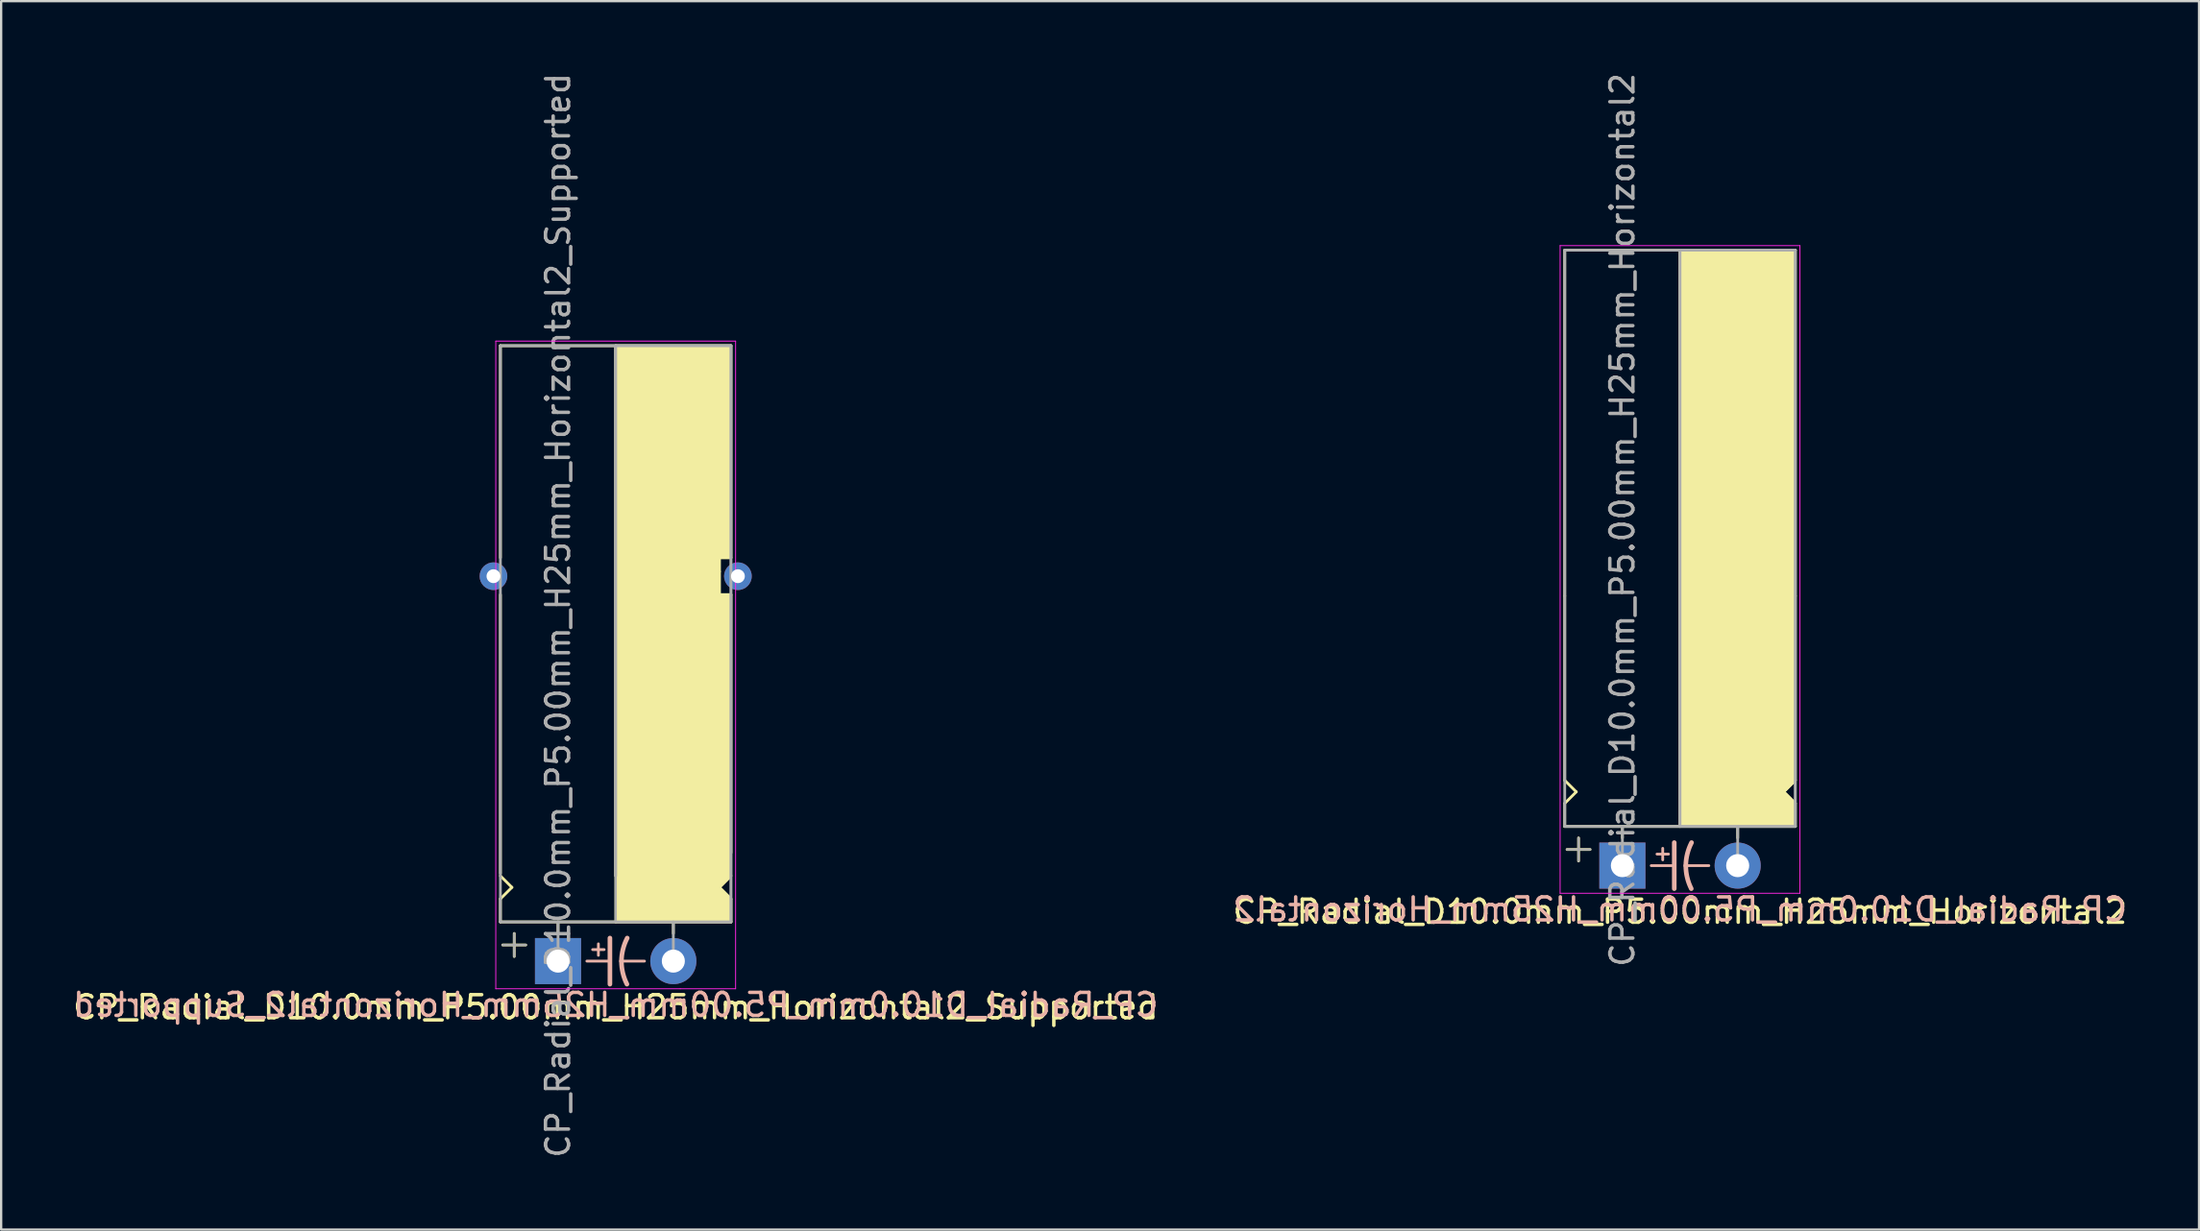
<source format=kicad_pcb>
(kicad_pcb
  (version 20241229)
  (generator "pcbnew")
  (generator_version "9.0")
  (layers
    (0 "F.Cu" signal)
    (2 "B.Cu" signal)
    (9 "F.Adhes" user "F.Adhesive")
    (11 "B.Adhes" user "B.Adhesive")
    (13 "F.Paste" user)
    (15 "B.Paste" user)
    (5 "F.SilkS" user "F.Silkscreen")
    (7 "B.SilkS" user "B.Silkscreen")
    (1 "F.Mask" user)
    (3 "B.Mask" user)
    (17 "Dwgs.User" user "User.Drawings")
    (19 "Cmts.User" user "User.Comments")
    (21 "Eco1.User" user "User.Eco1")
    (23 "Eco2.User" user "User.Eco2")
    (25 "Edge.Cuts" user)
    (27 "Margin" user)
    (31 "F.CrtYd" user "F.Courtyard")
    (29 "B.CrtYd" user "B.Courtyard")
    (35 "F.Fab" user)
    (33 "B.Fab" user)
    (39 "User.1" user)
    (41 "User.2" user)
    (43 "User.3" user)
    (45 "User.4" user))
  (footprint "CP_Radial_D10.0mm_P5.00mm_H25mm_Horizontal2"
    (layer "F.Cu")
    (at 67.304 34.506)
    (property "Reference" "CP_Radial_D10.0mm_P5.00mm_H25mm_Horizontal2" (at 2.5 2 0) (layer "F.SilkS") (effects (font (size 1 1) (thickness 0.15))))
    (fp_line (start -2.5 -26.7) (end 7.5 -26.7) (stroke (width 0.12) (type solid)) (layer "F.SilkS"))
    (fp_line (start -2.5 -11.7) (end -2.5 -26.7) (stroke (width 0.12) (type solid)) (layer "F.SilkS"))
    (fp_line (start -2.5 -3.7) (end -2.5 -11.7) (stroke (width 0.12) (type solid)) (layer "F.SilkS"))
    (fp_line (start -2.5 -2.7) (end -2 -3.2) (stroke (width 0.12) (type solid)) (layer "F.SilkS"))
    (fp_line (start -2.5 -1.7) (end -2.5 -2.7) (stroke (width 0.12) (type solid)) (layer "F.SilkS"))
    (fp_line (start -2 -3.2) (end -2.5 -3.7) (stroke (width 0.12) (type solid)) (layer "F.SilkS"))
    (fp_line (start -1.9 -1.2) (end -1.9 -0.2) (stroke (width 0.12) (type solid)) (layer "F.SilkS"))
    (fp_line (start -1.4 -0.7) (end -2.4 -0.7) (stroke (width 0.12) (type solid)) (layer "F.SilkS"))
    (fp_line (start 0 -1.7) (end 0 -1.2) (stroke (width 0.12) (type solid)) (layer "F.SilkS"))
    (fp_line (start 2.5 -26.7) (end 2.5 -1.7) (stroke (width 0.12) (type solid)) (layer "F.SilkS"))
    (fp_line (start 2.5 -1.7) (end -2.5 -1.7) (stroke (width 0.12) (type solid)) (layer "F.SilkS"))
    (fp_line (start 5 -1.7) (end 5 -1.2) (stroke (width 0.12) (type solid)) (layer "F.SilkS"))
    (fp_line (start 7 -3.2) (end 7.5 -3.7) (stroke (width 0.12) (type solid)) (layer "F.SilkS"))
    (fp_line (start 7.5 -11.7) (end 7.5 -26.7) (stroke (width 0.12) (type solid)) (layer "F.SilkS"))
    (fp_line (start 7.5 -3.7) (end 7.5 -11.7) (stroke (width 0.12) (type solid)) (layer "F.SilkS"))
    (fp_line (start 7.5 -2.7) (end 7 -3.2) (stroke (width 0.12) (type solid)) (layer "F.SilkS"))
    (fp_line (start 7.5 -1.7) (end 2.5 -1.7) (stroke (width 0.12) (type solid)) (layer "F.SilkS"))
    (fp_line (start 7.5 -1.7) (end 7.5 -2.7) (stroke (width 0.12) (type solid)) (layer "F.SilkS"))
    (fp_poly (pts (xy 7.5 -2.7) (xy 7 -3.2) (xy 7.5 -3.7) (xy 7.5 -26.7) (xy 2.5 -26.7) (xy 2.5 -1.7) (xy 7.5 -1.7)) (stroke (width 0.1) (type solid)) (fill yes) (layer "F.SilkS"))
    (fp_line (start 1.25 0) (end 2.25 0) (stroke (width 0.12) (type solid)) (layer "B.SilkS"))
    (fp_line (start 1.5 -0.5) (end 2 -0.5) (stroke (width 0.12) (type solid)) (layer "B.SilkS"))
    (fp_line (start 1.75 -0.75) (end 1.75 -0.25) (stroke (width 0.12) (type solid)) (layer "B.SilkS"))
    (fp_line (start 2.25 1) (end 2.25 -1) (stroke (width 0.2) (type solid)) (layer "B.SilkS"))
    (fp_line (start 3.75 0) (end 2.75 0) (stroke (width 0.12) (type solid)) (layer "B.SilkS"))
    (fp_arc (start 2.75 0) (mid 2.816707 -0.514573) (end 3 -1) (stroke (width 0.2) (type solid)) (layer "B.SilkS"))
    (fp_arc (start 2.987539 1) (mid 2.810248 0.513901) (end 2.75 0) (stroke (width 0.2) (type solid)) (layer "B.SilkS"))
    (fp_line (start -2.7 -26.9) (end -2.7 1.2) (stroke (width 0.04) (type solid)) (layer "F.CrtYd"))
    (fp_line (start -2.7 1.2) (end 5.3 1.2) (stroke (width 0.04) (type solid)) (layer "F.CrtYd"))
    (fp_line (start 5.3 1.2) (end 7.7 1.2) (stroke (width 0.04) (type solid)) (layer "F.CrtYd"))
    (fp_line (start 7.7 -26.9) (end -2.7 -26.9) (stroke (width 0.04) (type solid)) (layer "F.CrtYd"))
    (fp_line (start 7.7 1.2) (end 7.7 -26.9) (stroke (width 0.04) (type solid)) (layer "F.CrtYd"))
    (fp_line (start -2.5 -26.7) (end 7.5 -26.7) (stroke (width 0.12) (type solid)) (layer "F.Fab"))
    (fp_line (start -2.5 -1.7) (end -2.5 -26.7) (stroke (width 0.12) (type solid)) (layer "F.Fab"))
    (fp_line (start -2.4 -0.7) (end -1.4 -0.7) (stroke (width 0.1) (type solid)) (layer "F.Fab"))
    (fp_line (start -1.9 -0.2) (end -1.9 -1.2) (stroke (width 0.1) (type solid)) (layer "F.Fab"))
    (fp_line (start 0 -1.7) (end 0 0) (stroke (width 0.12) (type solid)) (layer "F.Fab"))
    (fp_line (start 2.5 -1.7) (end 2.5 -26.7) (stroke (width 0.12) (type solid)) (layer "F.Fab"))
    (fp_line (start 5 -1.7) (end 5 0) (stroke (width 0.12) (type solid)) (layer "F.Fab"))
    (fp_line (start 7.5 -26.7) (end 7.5 -1.7) (stroke (width 0.12) (type solid)) (layer "F.Fab"))
    (fp_line (start 7.5 -1.7) (end -2.5 -1.7) (stroke (width 0.12) (type solid)) (layer "F.Fab"))
    (fp_poly (pts (xy 7.5 -26.7) (xy 2.5 -26.7) (xy 2.5 -1.7) (xy 7.5 -1.7)) (stroke (width 0.1) (type solid)) (fill no) (layer "F.Fab"))
    (fp_text user "${REFERENCE}" (at 2.5 1.9 0) (layer "B.SilkS") (effects (font (size 1 1) (thickness 0.15)) (justify mirror)))
    (fp_text user "${REFERENCE}" (at 0 -15 90) (layer "F.Fab") (effects (font (size 1 1) (thickness 0.15))))
    (pad "1" thru_hole rect (at 0 0) (size 2 2) (drill 1) (layers "*.Cu" "*.Mask"))
    (pad "2" thru_hole circle (at 5 0) (size 2 2) (drill 1) (layers "*.Cu" "*.Mask")))
  (footprint "CP_Radial_D10.0mm_P5.00mm_H25mm_Horizontal2_Supported"
    (layer "F.Cu")
    (at 21.149 38.649)
    (property "Reference" "CP_Radial_D10.0mm_P5.00mm_H25mm_Horizontal2_Supported" (at 2.5 2 0) (layer "F.SilkS") (effects (font (size 1 1) (thickness 0.15))))
    (fp_line (start -2.5 -26.7) (end 7.5 -26.7) (stroke (width 0.12) (type solid)) (layer "F.SilkS"))
    (fp_line (start -2.5 -17.5) (end -2.5 -26.7) (stroke (width 0.12) (type solid)) (layer "F.SilkS"))
    (fp_line (start -2.5 -3.8) (end -2.5 -15.9) (stroke (width 0.12) (type solid)) (layer "F.SilkS"))
    (fp_line (start -2.5 -2.7) (end -2 -3.2) (stroke (width 0.12) (type solid)) (layer "F.SilkS"))
    (fp_line (start -2.5 -1.7) (end -2.5 -2.7) (stroke (width 0.12) (type solid)) (layer "F.SilkS"))
    (fp_line (start -2 -3.2) (end -2.5 -3.7) (stroke (width 0.12) (type solid)) (layer "F.SilkS"))
    (fp_line (start -1.9 -1.2) (end -1.9 -0.2) (stroke (width 0.12) (type solid)) (layer "F.SilkS"))
    (fp_line (start -1.4 -0.7) (end -2.4 -0.7) (stroke (width 0.12) (type solid)) (layer "F.SilkS"))
    (fp_line (start 0 -1.7) (end 0 -1.2) (stroke (width 0.12) (type solid)) (layer "F.SilkS"))
    (fp_line (start 2.5 -26.7) (end 2.5 -3.7) (stroke (width 0.12) (type solid)) (layer "F.SilkS"))
    (fp_line (start 2.5 -1.7) (end -2.5 -1.7) (stroke (width 0.12) (type solid)) (layer "F.SilkS"))
    (fp_line (start 5 -1.7) (end 5 -1.2) (stroke (width 0.12) (type solid)) (layer "F.SilkS"))
    (fp_line (start 7 -17.5) (end 7 -16.9) (stroke (width 0.12) (type solid)) (layer "F.SilkS"))
    (fp_line (start 7 -16.9) (end 7 -15.9) (stroke (width 0.12) (type solid)) (layer "F.SilkS"))
    (fp_line (start 7 -15.9) (end 7.5 -15.9) (stroke (width 0.12) (type solid)) (layer "F.SilkS"))
    (fp_line (start 7 -3.2) (end 7.5 -3.7) (stroke (width 0.12) (type solid)) (layer "F.SilkS"))
    (fp_line (start 7.5 -17.5) (end 7 -17.5) (stroke (width 0.12) (type solid)) (layer "F.SilkS"))
    (fp_line (start 7.5 -17.5) (end 7.5 -26.7) (stroke (width 0.12) (type solid)) (layer "F.SilkS"))
    (fp_line (start 7.5 -4.7) (end 7.5 -15.9) (stroke (width 0.12) (type solid)) (layer "F.SilkS"))
    (fp_line (start 7.5 -2.7) (end 7 -3.2) (stroke (width 0.12) (type solid)) (layer "F.SilkS"))
    (fp_line (start 7.5 -1.7) (end 2.5 -1.7) (stroke (width 0.12) (type solid)) (layer "F.SilkS"))
    (fp_line (start 7.5 -1.7) (end 7.5 -2.7) (stroke (width 0.12) (type solid)) (layer "F.SilkS"))
    (fp_poly (pts (xy 7.5 -2.7) (xy 7 -3.2) (xy 7.5 -3.7) (xy 7.5 -15.9) (xy 7 -15.9) (xy 7 -17.5) (xy 7.5 -17.5) (xy 7.5 -26.7) (xy 2.5 -26.7) (xy 2.5 -1.7) (xy 7.5 -1.7)) (stroke (width 0.1) (type solid)) (fill yes) (layer "F.SilkS"))
    (fp_line (start 1.25 0) (end 2.25 0) (stroke (width 0.12) (type solid)) (layer "B.SilkS"))
    (fp_line (start 1.5 -0.5) (end 2 -0.5) (stroke (width 0.12) (type solid)) (layer "B.SilkS"))
    (fp_line (start 1.75 -0.75) (end 1.75 -0.25) (stroke (width 0.12) (type solid)) (layer "B.SilkS"))
    (fp_line (start 2.25 1) (end 2.25 -1) (stroke (width 0.2) (type solid)) (layer "B.SilkS"))
    (fp_line (start 3.75 0) (end 2.75 0) (stroke (width 0.12) (type solid)) (layer "B.SilkS"))
    (fp_arc (start 2.75 0) (mid 2.816707 -0.514573) (end 3 -1) (stroke (width 0.2) (type solid)) (layer "B.SilkS"))
    (fp_arc (start 2.987539 1) (mid 2.810248 0.513901) (end 2.75 0) (stroke (width 0.2) (type solid)) (layer "B.SilkS"))
    (fp_line (start -2.7 -26.9) (end -2.7 1.2) (stroke (width 0.04) (type solid)) (layer "F.CrtYd"))
    (fp_line (start -2.7 1.2) (end 5.3 1.2) (stroke (width 0.04) (type solid)) (layer "F.CrtYd"))
    (fp_line (start 5.3 1.2) (end 7.7 1.2) (stroke (width 0.04) (type solid)) (layer "F.CrtYd"))
    (fp_line (start 7.7 -26.9) (end -2.7 -26.9) (stroke (width 0.04) (type solid)) (layer "F.CrtYd"))
    (fp_line (start 7.7 1.2) (end 7.7 -26.9) (stroke (width 0.04) (type solid)) (layer "F.CrtYd"))
    (fp_line (start -2.5 -26.7) (end 7.5 -26.7) (stroke (width 0.12) (type solid)) (layer "F.Fab"))
    (fp_line (start -2.5 -1.7) (end -2.5 -26.7) (stroke (width 0.12) (type solid)) (layer "F.Fab"))
    (fp_line (start -2.4 -0.7) (end -1.4 -0.7) (stroke (width 0.1) (type solid)) (layer "F.Fab"))
    (fp_line (start -1.9 -0.2) (end -1.9 -1.2) (stroke (width 0.1) (type solid)) (layer "F.Fab"))
    (fp_line (start 0 -1.7) (end 0 0) (stroke (width 0.12) (type solid)) (layer "F.Fab"))
    (fp_line (start 2.5 -3.7) (end 2.5 -26.7) (stroke (width 0.12) (type solid)) (layer "F.Fab"))
    (fp_line (start 5 -1.7) (end 5 0) (stroke (width 0.12) (type solid)) (layer "F.Fab"))
    (fp_line (start 7.5 -26.7) (end 7.5 -1.7) (stroke (width 0.12) (type solid)) (layer "F.Fab"))
    (fp_line (start 7.5 -1.7) (end -2.5 -1.7) (stroke (width 0.12) (type solid)) (layer "F.Fab"))
    (fp_poly (pts (xy 7.5 -26.7) (xy 2.5 -26.7) (xy 2.5 -1.7) (xy 7.5 -1.7)) (stroke (width 0.1) (type solid)) (fill no) (layer "F.Fab"))
    (fp_text user "${REFERENCE}" (at 2.5 1.9 0) (layer "B.SilkS") (effects (font (size 1 1) (thickness 0.15)) (justify mirror)))
    (fp_text user "${REFERENCE}" (at 0 -15 90) (layer "F.Fab") (effects (font (size 1 1) (thickness 0.15))))
    (pad "1" thru_hole rect (at 0 0) (size 2 2) (drill 1) (layers "*.Cu" "*.Mask"))
    (pad "2" thru_hole circle (at 5 0) (size 2 2) (drill 1) (layers "*.Cu" "*.Mask"))
    (pad "~" thru_hole circle (at -2.8 -16.7 180) (size 1.2 1.2) (drill 0.6) (layers "*.Cu" "*.Mask"))
    (pad "~" thru_hole circle (at 7.8 -16.7 180) (size 1.2 1.2) (drill 0.6) (layers "*.Cu" "*.Mask")))
  (gr_rect
    (start -3 -3)
    (end 92.31 50.298)
    (stroke (width 0.1) (type default))
    (fill no)
    (layer "Edge.Cuts")))
</source>
